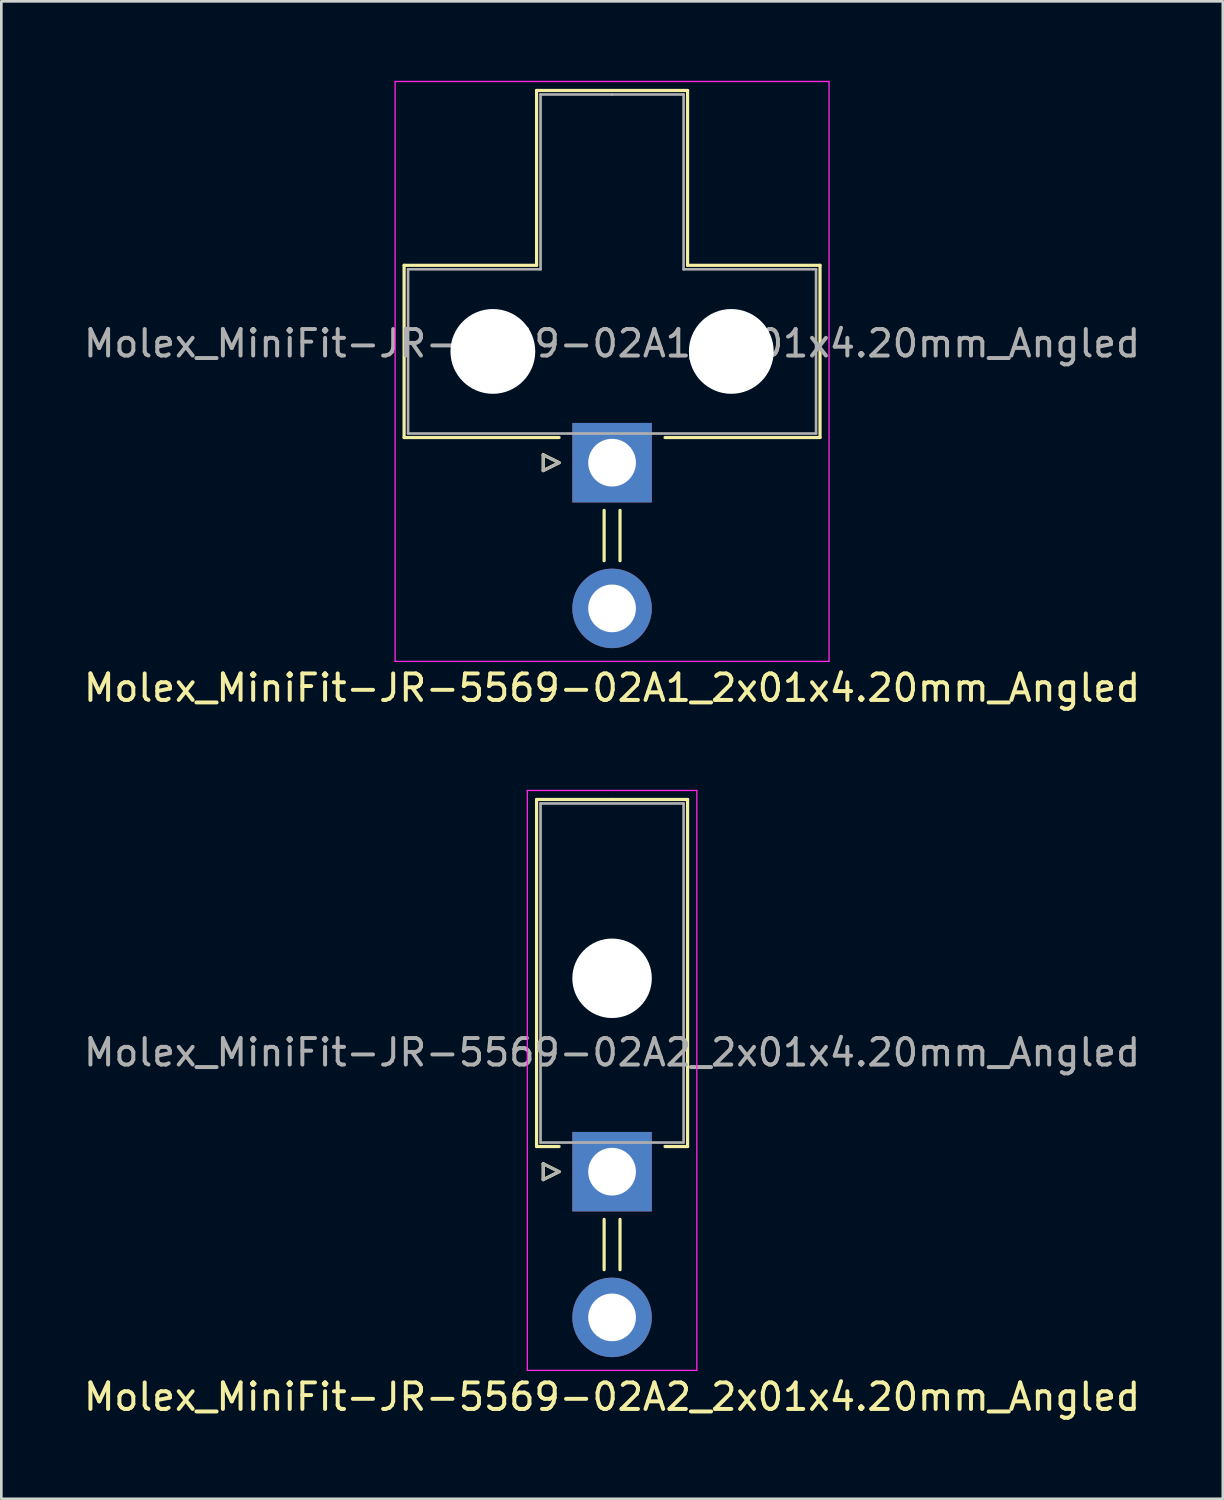
<source format=kicad_pcb>
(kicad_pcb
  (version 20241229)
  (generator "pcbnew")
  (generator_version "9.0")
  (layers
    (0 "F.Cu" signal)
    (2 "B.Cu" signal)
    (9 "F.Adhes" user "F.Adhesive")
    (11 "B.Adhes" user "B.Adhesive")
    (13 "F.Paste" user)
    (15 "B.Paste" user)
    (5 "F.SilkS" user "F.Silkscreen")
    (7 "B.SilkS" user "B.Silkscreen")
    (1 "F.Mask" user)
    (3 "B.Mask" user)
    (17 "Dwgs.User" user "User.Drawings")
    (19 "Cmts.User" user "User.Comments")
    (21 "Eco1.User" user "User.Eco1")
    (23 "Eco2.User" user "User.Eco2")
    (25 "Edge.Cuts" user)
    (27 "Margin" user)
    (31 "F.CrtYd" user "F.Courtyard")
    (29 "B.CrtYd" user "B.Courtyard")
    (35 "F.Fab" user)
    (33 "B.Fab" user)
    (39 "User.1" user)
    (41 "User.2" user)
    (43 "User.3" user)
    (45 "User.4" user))
  (footprint "Molex_MiniFit-JR-5569-02A2_2x01x4.20mm_Angled"
    (layer "F.Cu")
    (at 20.054 41.178)
    (property "Reference" "Molex_MiniFit-JR-5569-02A2_2x01x4.20mm_Angled" (at 0 8.5 0) (layer "F.SilkS") (effects (font (size 1 1) (thickness 0.15))))
    (attr through_hole)
    (fp_line (start -2.85 -14.05) (end 0 -14.05) (stroke (width 0.12) (type solid)) (layer "F.SilkS"))
    (fp_line (start -2.85 -0.95) (end -2.85 -14.05) (stroke (width 0.12) (type solid)) (layer "F.SilkS"))
    (fp_line (start -2.6 -0.3) (end -2 0) (stroke (width 0.12) (type solid)) (layer "F.SilkS"))
    (fp_line (start -2.6 0.3) (end -2.6 -0.3) (stroke (width 0.12) (type solid)) (layer "F.SilkS"))
    (fp_line (start -2 -0.95) (end -2.85 -0.95) (stroke (width 0.12) (type solid)) (layer "F.SilkS"))
    (fp_line (start -2 0) (end -2.6 0.3) (stroke (width 0.12) (type solid)) (layer "F.SilkS"))
    (fp_line (start -0.3 1.8) (end -0.3 3.7) (stroke (width 0.12) (type solid)) (layer "F.SilkS"))
    (fp_line (start 0.3 1.8) (end 0.3 3.7) (stroke (width 0.12) (type solid)) (layer "F.SilkS"))
    (fp_line (start 2 -0.95) (end 2.85 -0.95) (stroke (width 0.12) (type solid)) (layer "F.SilkS"))
    (fp_line (start 2.85 -14.05) (end 0 -14.05) (stroke (width 0.12) (type solid)) (layer "F.SilkS"))
    (fp_line (start 2.85 -0.95) (end 2.85 -14.05) (stroke (width 0.12) (type solid)) (layer "F.SilkS"))
    (fp_line (start -3.2 -14.39) (end -3.2 7.5) (stroke (width 0.05) (type solid)) (layer "F.CrtYd"))
    (fp_line (start -3.2 7.5) (end 3.2 7.5) (stroke (width 0.05) (type solid)) (layer "F.CrtYd"))
    (fp_line (start 3.2 -14.39) (end -3.2 -14.39) (stroke (width 0.05) (type solid)) (layer "F.CrtYd"))
    (fp_line (start 3.2 7.5) (end 3.2 -14.39) (stroke (width 0.05) (type solid)) (layer "F.CrtYd"))
    (fp_line (start -2.7 -13.9) (end -2.7 -1.1) (stroke (width 0.1) (type solid)) (layer "F.Fab"))
    (fp_line (start -2.7 -1.1) (end 2.7 -1.1) (stroke (width 0.1) (type solid)) (layer "F.Fab"))
    (fp_line (start -2.6 -0.3) (end -2 0) (stroke (width 0.1) (type solid)) (layer "F.Fab"))
    (fp_line (start -2.6 0.3) (end -2.6 -0.3) (stroke (width 0.1) (type solid)) (layer "F.Fab"))
    (fp_line (start -2 0) (end -2.6 0.3) (stroke (width 0.1) (type solid)) (layer "F.Fab"))
    (fp_line (start 2.7 -13.9) (end -2.7 -13.9) (stroke (width 0.1) (type solid)) (layer "F.Fab"))
    (fp_line (start 2.7 -1.1) (end 2.7 -13.9) (stroke (width 0.1) (type solid)) (layer "F.Fab"))
    (fp_text user "${REFERENCE}" (at 0 -4.5 0) (layer "F.Fab") (effects (font (size 1 1) (thickness 0.15))))
    (pad "" np_thru_hole circle (at 0 -7.3) (size 3 3) (drill 3) (layers "*.Cu" "*.Mask"))
    (pad "1" thru_hole rect (at 0 0) (size 3 3) (drill 1.8) (layers "*.Cu" "*.Mask"))
    (pad "2" thru_hole circle (at 0 5.5) (size 3 3) (drill 1.8) (layers "*.Cu" "*.Mask")))
  (footprint "Molex_MiniFit-JR-5569-02A1_2x01x4.20mm_Angled"
    (layer "F.Cu")
    (at 20.054 14.415)
    (property "Reference" "Molex_MiniFit-JR-5569-02A1_2x01x4.20mm_Angled" (at 0 8.5 0) (layer "F.SilkS") (effects (font (size 1 1) (thickness 0.15))))
    (attr through_hole)
    (fp_line (start -7.85 -7.45) (end -7.85 -0.95) (stroke (width 0.12) (type solid)) (layer "F.SilkS"))
    (fp_line (start -7.85 -0.95) (end -2 -0.95) (stroke (width 0.12) (type solid)) (layer "F.SilkS"))
    (fp_line (start -2.85 -14.05) (end -2.85 -7.45) (stroke (width 0.12) (type solid)) (layer "F.SilkS"))
    (fp_line (start -2.85 -7.45) (end -7.85 -7.45) (stroke (width 0.12) (type solid)) (layer "F.SilkS"))
    (fp_line (start -2.6 -0.3) (end -2 0) (stroke (width 0.12) (type solid)) (layer "F.SilkS"))
    (fp_line (start -2.6 0.3) (end -2.6 -0.3) (stroke (width 0.12) (type solid)) (layer "F.SilkS"))
    (fp_line (start -2 0) (end -2.6 0.3) (stroke (width 0.12) (type solid)) (layer "F.SilkS"))
    (fp_line (start -0.3 1.8) (end -0.3 3.7) (stroke (width 0.12) (type solid)) (layer "F.SilkS"))
    (fp_line (start 0 -14.05) (end -2.85 -14.05) (stroke (width 0.12) (type solid)) (layer "F.SilkS"))
    (fp_line (start 0 -14.05) (end 2.85 -14.05) (stroke (width 0.12) (type solid)) (layer "F.SilkS"))
    (fp_line (start 0.3 1.8) (end 0.3 3.7) (stroke (width 0.12) (type solid)) (layer "F.SilkS"))
    (fp_line (start 2.85 -14.05) (end 2.85 -7.45) (stroke (width 0.12) (type solid)) (layer "F.SilkS"))
    (fp_line (start 2.85 -7.45) (end 7.85 -7.45) (stroke (width 0.12) (type solid)) (layer "F.SilkS"))
    (fp_line (start 7.85 -7.45) (end 7.85 -0.95) (stroke (width 0.12) (type solid)) (layer "F.SilkS"))
    (fp_line (start 7.85 -0.95) (end 2 -0.95) (stroke (width 0.12) (type solid)) (layer "F.SilkS"))
    (fp_line (start -8.19 -14.39) (end -8.19 7.5) (stroke (width 0.05) (type solid)) (layer "F.CrtYd"))
    (fp_line (start -8.19 7.5) (end 8.19 7.5) (stroke (width 0.05) (type solid)) (layer "F.CrtYd"))
    (fp_line (start 8.19 -14.39) (end -8.19 -14.39) (stroke (width 0.05) (type solid)) (layer "F.CrtYd"))
    (fp_line (start 8.19 7.5) (end 8.19 -14.39) (stroke (width 0.05) (type solid)) (layer "F.CrtYd"))
    (fp_line (start -7.7 -7.3) (end -7.7 -1.1) (stroke (width 0.1) (type solid)) (layer "F.Fab"))
    (fp_line (start -7.7 -1.1) (end 0 -1.1) (stroke (width 0.1) (type solid)) (layer "F.Fab"))
    (fp_line (start -2.7 -13.9) (end -2.7 -7.3) (stroke (width 0.1) (type solid)) (layer "F.Fab"))
    (fp_line (start -2.7 -7.3) (end -7.7 -7.3) (stroke (width 0.1) (type solid)) (layer "F.Fab"))
    (fp_line (start -2.6 -0.3) (end -2 0) (stroke (width 0.1) (type solid)) (layer "F.Fab"))
    (fp_line (start -2.6 0.3) (end -2.6 -0.3) (stroke (width 0.1) (type solid)) (layer "F.Fab"))
    (fp_line (start -2 0) (end -2.6 0.3) (stroke (width 0.1) (type solid)) (layer "F.Fab"))
    (fp_line (start 0 -13.9) (end -2.7 -13.9) (stroke (width 0.1) (type solid)) (layer "F.Fab"))
    (fp_line (start 0 -13.9) (end 2.7 -13.9) (stroke (width 0.1) (type solid)) (layer "F.Fab"))
    (fp_line (start 2.7 -13.9) (end 2.7 -7.3) (stroke (width 0.1) (type solid)) (layer "F.Fab"))
    (fp_line (start 2.7 -7.3) (end 7.7 -7.3) (stroke (width 0.1) (type solid)) (layer "F.Fab"))
    (fp_line (start 7.7 -7.3) (end 7.7 -1.1) (stroke (width 0.1) (type solid)) (layer "F.Fab"))
    (fp_line (start 7.7 -1.1) (end 0 -1.1) (stroke (width 0.1) (type solid)) (layer "F.Fab"))
    (fp_text user "${REFERENCE}" (at 0 -4.5 0) (layer "F.Fab") (effects (font (size 1 1) (thickness 0.15))))
    (pad "" np_thru_hole circle (at -4.5 -4.2) (size 3.2 3.2) (drill 3.2) (layers "*.Cu" "*.Mask"))
    (pad "" np_thru_hole circle (at 4.5 -4.2) (size 3.2 3.2) (drill 3.2) (layers "*.Cu" "*.Mask"))
    (pad "1" thru_hole rect (at 0 0) (size 3 3) (drill 1.8) (layers "*.Cu" "*.Mask"))
    (pad "2" thru_hole circle (at 0 5.5) (size 3 3) (drill 1.8) (layers "*.Cu" "*.Mask")))
  (gr_rect
    (start -3 -3)
    (end 43.107 53.526)
    (stroke (width 0.1) (type default))
    (fill no)
    (layer "Edge.Cuts")))
</source>
